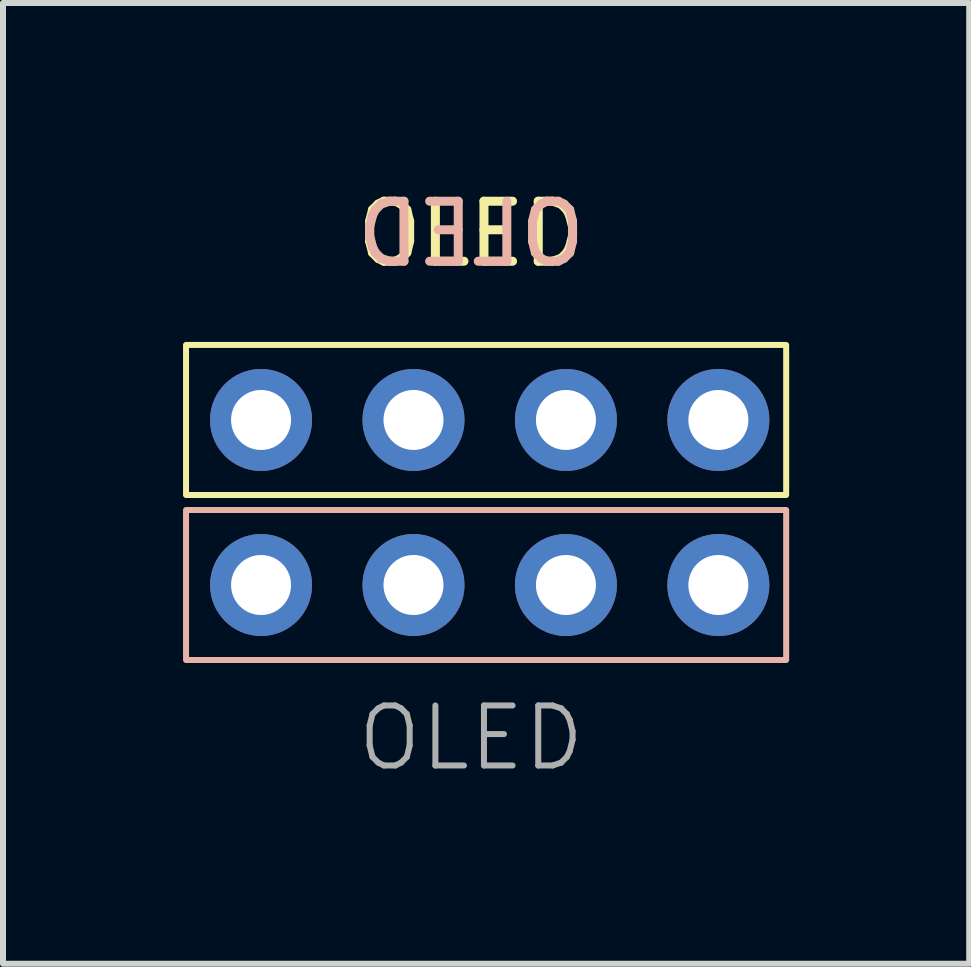
<source format=kicad_pcb>
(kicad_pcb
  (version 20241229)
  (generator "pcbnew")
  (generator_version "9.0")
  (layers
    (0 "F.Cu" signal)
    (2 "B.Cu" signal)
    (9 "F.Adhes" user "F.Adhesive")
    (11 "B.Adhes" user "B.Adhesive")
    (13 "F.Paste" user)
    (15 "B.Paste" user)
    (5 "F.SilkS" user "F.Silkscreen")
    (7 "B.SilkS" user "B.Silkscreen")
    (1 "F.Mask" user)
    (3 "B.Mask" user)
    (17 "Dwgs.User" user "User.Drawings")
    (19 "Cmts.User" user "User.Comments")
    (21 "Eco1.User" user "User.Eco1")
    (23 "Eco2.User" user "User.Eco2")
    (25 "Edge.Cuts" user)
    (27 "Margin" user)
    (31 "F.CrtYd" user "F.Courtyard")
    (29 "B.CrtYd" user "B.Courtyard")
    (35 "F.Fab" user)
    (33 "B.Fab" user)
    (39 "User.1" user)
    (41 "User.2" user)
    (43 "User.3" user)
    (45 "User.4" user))
  (footprint "OLED"
    (layer "F.Cu")
    (at 4.8 5.448)
    (property "Reference" "OLED" (at 0 3.8 0) (unlocked yes) (layer "F.Fab") (effects (font (size 1 1) (thickness 0.1))))
    (attr through_hole)
    (fp_rect (start -4.75 -2.75) (end 5.25 -0.25) (stroke (width 0.1) (type default)) (fill no) (layer "F.SilkS"))
    (fp_rect (start -4.75 0) (end 5.25 2.5) (stroke (width 0.1) (type default)) (fill no) (layer "B.SilkS"))
    (fp_text user "${REFERENCE}" (at 0 -4.6 0) (unlocked yes) (layer "F.SilkS") (effects (font (size 1 1) (thickness 0.15))))
    (fp_text user "${REFERENCE}" (at 0 -4.6 0) (unlocked yes) (layer "B.SilkS") (effects (font (size 1 1) (thickness 0.15)) (justify mirror)))
    (pad "1" thru_hole circle (at -3.5 1.25 90) (size 1.7 1.7) (drill 1) (layers "*.Cu" "F.Mask"))
    (pad "1" thru_hole circle (at 4.12 -1.5 90) (size 1.7 1.7) (drill 1) (layers "*.Cu" "B.Mask"))
    (pad "2" thru_hole circle (at -0.96 1.25 90) (size 1.7 1.7) (drill 1) (layers "*.Cu" "F.Mask"))
    (pad "2" thru_hole circle (at 1.58 -1.5 90) (size 1.7 1.7) (drill 1) (layers "*.Cu" "B.Mask"))
    (pad "3" thru_hole circle (at -0.96 -1.5 90) (size 1.7 1.7) (drill 1) (layers "*.Cu" "B.Mask"))
    (pad "3" thru_hole circle (at 1.58 1.25 90) (size 1.7 1.7) (drill 1) (layers "*.Cu" "F.Mask"))
    (pad "4" thru_hole circle (at -3.5 -1.5 90) (size 1.7 1.7) (drill 1) (layers "*.Cu" "B.Mask"))
    (pad "4" thru_hole circle (at 4.12 1.25 90) (size 1.7 1.7) (drill 1) (layers "*.Cu" "F.Mask")))
  (gr_rect
    (start -3 -3)
    (end 13.1 13.009)
    (stroke (width 0.1) (type default))
    (fill no)
    (layer "Edge.Cuts")))
</source>
